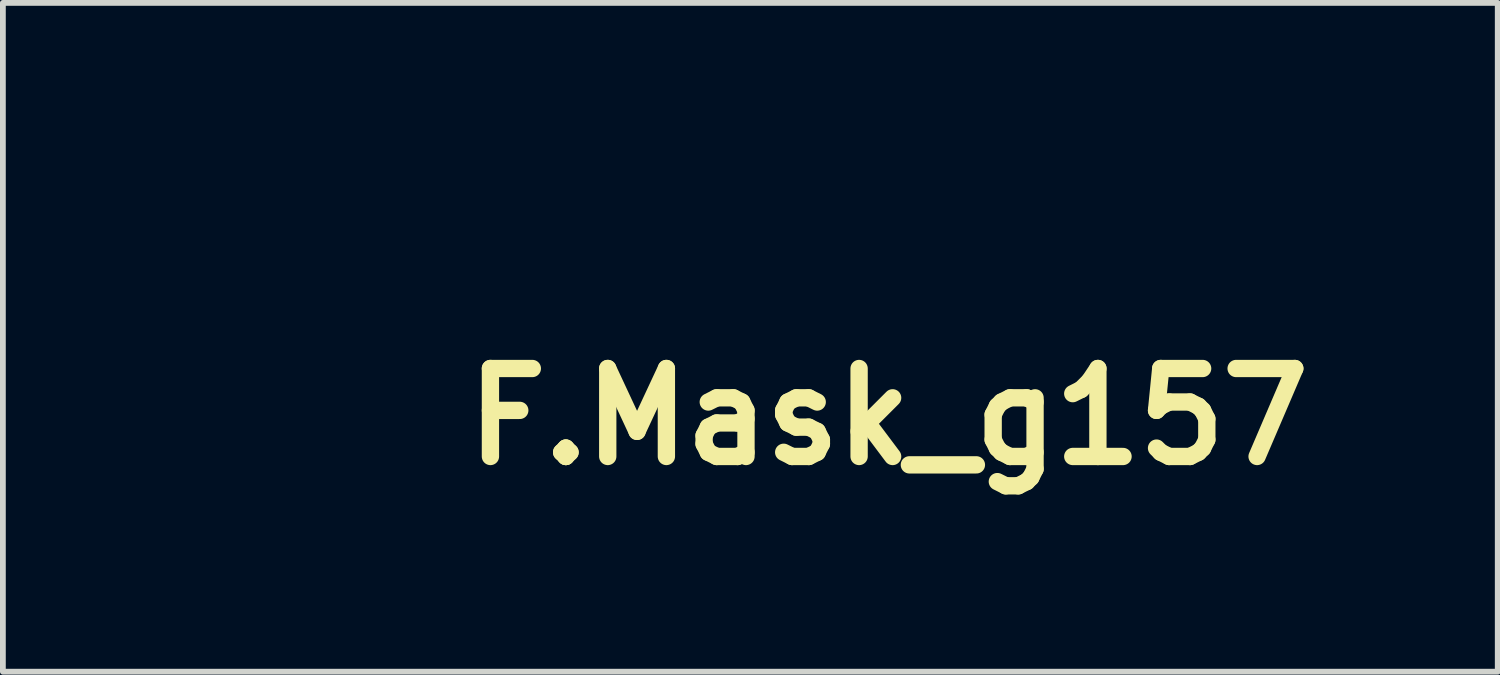
<source format=kicad_pcb>
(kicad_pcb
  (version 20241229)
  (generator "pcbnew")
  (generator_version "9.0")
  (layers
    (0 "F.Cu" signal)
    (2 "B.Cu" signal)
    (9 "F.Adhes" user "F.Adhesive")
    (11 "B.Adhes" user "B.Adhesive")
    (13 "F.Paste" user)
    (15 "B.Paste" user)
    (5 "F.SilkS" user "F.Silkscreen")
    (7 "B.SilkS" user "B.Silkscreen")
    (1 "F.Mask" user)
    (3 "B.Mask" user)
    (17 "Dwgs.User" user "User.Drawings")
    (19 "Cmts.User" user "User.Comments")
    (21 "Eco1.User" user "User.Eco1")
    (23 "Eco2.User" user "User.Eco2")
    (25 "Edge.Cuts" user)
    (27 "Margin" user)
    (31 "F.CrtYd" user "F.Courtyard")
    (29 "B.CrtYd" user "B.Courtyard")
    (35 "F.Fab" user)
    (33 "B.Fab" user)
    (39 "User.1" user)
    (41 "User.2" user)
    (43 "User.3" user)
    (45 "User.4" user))
  (footprint "F.Mask_g157"
    (layer "F.Cu")
    (at 12.34 4.168)
    (property "Reference" "F.Mask_g157" (at 0 0 0) (layer "F.SilkS") (effects (font (size 1.524 1.524) (thickness 0.3))))
    (attr through_hole)
    (fp_poly (pts (xy -6.139 -3.947) (xy -6.111 -3.887) (xy -6.105 -3.86) (xy -6.1 -3.82) (xy -6.107 -3.786) (xy -6.131 -3.749) (xy -6.178 -3.697) (xy -6.204 -3.671) (xy -6.27 -3.607) (xy -6.318 -3.572) (xy -6.361 -3.561) (xy -6.407 -3.569) (xy -6.431 -3.578) (xy -6.459 -3.593) (xy -6.47 -3.612) (xy -6.463 -3.643) (xy -6.436 -3.693) (xy -6.387 -3.769) (xy -6.371 -3.793) (xy -6.298 -3.89) (xy -6.234 -3.948) (xy -6.181 -3.967) (xy -6.139 -3.947)) (stroke (width 0.01) (type solid)) (fill yes) (layer "F.Mask"))
    (fp_poly (pts (xy 2.037 -3.945) (xy 2.06 -3.928) (xy 2.068 -3.885) (xy 2.069 -3.863) (xy 2.069 -3.815) (xy 2.057 -3.775) (xy 2.027 -3.731) (xy 1.973 -3.671) (xy 1.969 -3.667) (xy 1.905 -3.605) (xy 1.856 -3.571) (xy 1.809 -3.561) (xy 1.754 -3.57) (xy 1.752 -3.571) (xy 1.723 -3.589) (xy 1.719 -3.624) (xy 1.741 -3.682) (xy 1.791 -3.764) (xy 1.815 -3.801) (xy 1.867 -3.873) (xy 1.904 -3.917) (xy 1.935 -3.939) (xy 1.969 -3.947) (xy 1.99 -3.948) (xy 2.037 -3.945)) (stroke (width 0.01) (type solid)) (fill yes) (layer "F.Mask"))
    (fp_poly (pts (xy -6.349 -3.355) (xy -6.33 -3.32) (xy -6.338 -3.262) (xy -6.371 -3.191) (xy -6.371 -3.191) (xy -6.399 -3.134) (xy -6.413 -3.085) (xy -6.413 -3.079) (xy -6.419 -3.043) (xy -6.435 -2.976) (xy -6.458 -2.887) (xy -6.487 -2.787) (xy -6.487 -2.786) (xy -6.515 -2.689) (xy -6.536 -2.607) (xy -6.55 -2.548) (xy -6.553 -2.521) (xy -6.552 -2.521) (xy -6.551 -2.494) (xy -6.558 -2.44) (xy -6.564 -2.41) (xy -6.575 -2.345) (xy -6.568 -2.298) (xy -6.541 -2.248) (xy -6.531 -2.233) (xy -6.491 -2.165) (xy -6.48 -2.12) (xy -6.497 -2.089) (xy -6.518 -2.075) (xy -6.573 -2.054) (xy -6.608 -2.064) (xy -6.611 -2.067) (xy -6.637 -2.073) (xy -6.695 -2.079) (xy -6.774 -2.082) (xy -6.81 -2.083) (xy -6.912 -2.087) (xy -6.976 -2.099) (xy -7.004 -2.122) (xy -6.999 -2.16) (xy -6.965 -2.215) (xy -6.953 -2.232) (xy -6.917 -2.288) (xy -6.883 -2.364) (xy -6.848 -2.466) (xy -6.81 -2.598) (xy -6.768 -2.765) (xy -6.759 -2.804) (xy -6.704 -3.036) (xy -6.749 -3.066) (xy -6.787 -3.104) (xy -6.789 -3.152) (xy -6.761 -3.207) (xy -6.726 -3.24) (xy -6.665 -3.272) (xy -6.569 -3.306) (xy -6.548 -3.313) (xy -6.466 -3.336) (xy -6.399 -3.351) (xy -6.357 -3.356) (xy -6.349 -3.355)) (stroke (width 0.01) (type solid)) (fill yes) (layer "F.Mask"))
    (fp_poly (pts (xy 1.846 -3.344) (xy 1.861 -3.307) (xy 1.842 -3.245) (xy 1.822 -3.209) (xy 1.791 -3.142) (xy 1.769 -3.066) (xy 1.767 -3.059) (xy 1.753 -2.996) (xy 1.73 -2.911) (xy 1.703 -2.822) (xy 1.701 -2.815) (xy 1.672 -2.713) (xy 1.646 -2.594) (xy 1.627 -2.481) (xy 1.626 -2.472) (xy 1.616 -2.382) (xy 1.613 -2.323) (xy 1.618 -2.285) (xy 1.631 -2.255) (xy 1.649 -2.231) (xy 1.687 -2.165) (xy 1.687 -2.111) (xy 1.652 -2.075) (xy 1.613 -2.056) (xy 1.593 -2.057) (xy 1.581 -2.067) (xy 1.555 -2.073) (xy 1.497 -2.079) (xy 1.417 -2.082) (xy 1.371 -2.083) (xy 1.278 -2.085) (xy 1.219 -2.089) (xy 1.186 -2.098) (xy 1.172 -2.112) (xy 1.168 -2.124) (xy 1.176 -2.165) (xy 1.207 -2.213) (xy 1.213 -2.219) (xy 1.251 -2.267) (xy 1.284 -2.326) (xy 1.316 -2.406) (xy 1.349 -2.511) (xy 1.385 -2.648) (xy 1.398 -2.705) (xy 1.428 -2.83) (xy 1.447 -2.92) (xy 1.456 -2.982) (xy 1.456 -3.022) (xy 1.447 -3.047) (xy 1.429 -3.063) (xy 1.418 -3.069) (xy 1.383 -3.1) (xy 1.382 -3.142) (xy 1.417 -3.199) (xy 1.43 -3.215) (xy 1.504 -3.274) (xy 1.562 -3.294) (xy 1.638 -3.311) (xy 1.716 -3.334) (xy 1.72 -3.336) (xy 1.799 -3.354) (xy 1.846 -3.344)) (stroke (width 0.01) (type solid)) (fill yes) (layer "F.Mask"))
    (fp_poly (pts (xy -7.108 -3.332) (xy -7.045 -3.325) (xy -7.012 -3.316) (xy -7.011 -3.316) (xy -6.988 -3.279) (xy -6.986 -3.22) (xy -7.003 -3.153) (xy -7.035 -3.089) (xy -7.079 -3.043) (xy -7.109 -3.029) (xy -7.14 -3.038) (xy -7.183 -3.073) (xy -7.2 -3.091) (xy -7.265 -3.15) (xy -7.314 -3.179) (xy -7.359 -3.181) (xy -7.401 -3.164) (xy -7.451 -3.142) (xy -7.486 -3.133) (xy -7.486 -3.133) (xy -7.523 -3.118) (xy -7.573 -3.079) (xy -7.624 -3.03) (xy -7.664 -2.979) (xy -7.671 -2.966) (xy -7.71 -2.855) (xy -7.726 -2.728) (xy -7.72 -2.6) (xy -7.692 -2.487) (xy -7.67 -2.441) (xy -7.635 -2.388) (xy -7.598 -2.357) (xy -7.544 -2.338) (xy -7.499 -2.327) (xy -7.428 -2.315) (xy -7.379 -2.315) (xy -7.335 -2.33) (xy -7.302 -2.347) (xy -7.221 -2.384) (xy -7.162 -2.392) (xy -7.128 -2.373) (xy -7.124 -2.327) (xy -7.133 -2.297) (xy -7.172 -2.246) (xy -7.245 -2.198) (xy -7.341 -2.157) (xy -7.451 -2.126) (xy -7.565 -2.107) (xy -7.675 -2.105) (xy -7.715 -2.109) (xy -7.831 -2.139) (xy -7.916 -2.192) (xy -7.973 -2.273) (xy -8.003 -2.384) (xy -8.011 -2.508) (xy -7.989 -2.673) (xy -7.931 -2.835) (xy -7.838 -2.987) (xy -7.717 -3.121) (xy -7.648 -3.178) (xy -7.517 -3.262) (xy -7.391 -3.313) (xy -7.26 -3.335) (xy -7.186 -3.336) (xy -7.108 -3.332)) (stroke (width 0.01) (type solid)) (fill yes) (layer "F.Mask"))
    (fp_poly (pts (xy 3.931 -3.362) (xy 3.987 -3.335) (xy 4.045 -3.297) (xy 4.087 -3.263) (xy 4.1 -3.246) (xy 4.098 -3.21) (xy 4.081 -3.151) (xy 4.054 -3.084) (xy 4.024 -3.022) (xy 3.996 -2.979) (xy 3.983 -2.968) (xy 3.949 -2.973) (xy 3.929 -3.007) (xy 3.928 -3.057) (xy 3.929 -3.061) (xy 3.923 -3.112) (xy 3.881 -3.172) (xy 3.83 -3.215) (xy 3.773 -3.237) (xy 3.694 -3.242) (xy 3.665 -3.241) (xy 3.621 -3.224) (xy 3.567 -3.186) (xy 3.516 -3.138) (xy 3.48 -3.09) (xy 3.471 -3.063) (xy 3.488 -3.036) (xy 3.531 -2.995) (xy 3.593 -2.945) (xy 3.614 -2.93) (xy 3.748 -2.826) (xy 3.842 -2.728) (xy 3.899 -2.634) (xy 3.92 -2.543) (xy 3.92 -2.525) (xy 3.904 -2.448) (xy 3.865 -2.357) (xy 3.813 -2.268) (xy 3.754 -2.197) (xy 3.753 -2.196) (xy 3.673 -2.146) (xy 3.563 -2.113) (xy 3.431 -2.099) (xy 3.285 -2.105) (xy 3.196 -2.119) (xy 3.106 -2.151) (xy 3.052 -2.204) (xy 3.034 -2.279) (xy 3.053 -2.373) (xy 3.082 -2.439) (xy 3.119 -2.485) (xy 3.154 -2.494) (xy 3.181 -2.471) (xy 3.19 -2.421) (xy 3.184 -2.381) (xy 3.186 -2.321) (xy 3.226 -2.277) (xy 3.3 -2.251) (xy 3.381 -2.244) (xy 3.492 -2.256) (xy 3.576 -2.29) (xy 3.631 -2.34) (xy 3.656 -2.4) (xy 3.646 -2.465) (xy 3.601 -2.529) (xy 3.53 -2.579) (xy 3.405 -2.663) (xy 3.317 -2.758) (xy 3.269 -2.863) (xy 3.26 -2.938) (xy 3.278 -3.077) (xy 3.331 -3.193) (xy 3.419 -3.285) (xy 3.512 -3.339) (xy 3.658 -3.386) (xy 3.799 -3.394) (xy 3.931 -3.362)) (stroke (width 0.01) (type solid)) (fill yes) (layer "F.Mask"))
    (fp_poly (pts (xy 2.69 -3.383) (xy 2.788 -3.37) (xy 2.871 -3.346) (xy 2.931 -3.312) (xy 2.959 -3.271) (xy 2.959 -3.27) (xy 2.973 -3.223) (xy 2.997 -3.163) (xy 3.002 -3.154) (xy 3.035 -3.036) (xy 3.032 -2.898) (xy 2.994 -2.742) (xy 2.957 -2.646) (xy 2.865 -2.472) (xy 2.758 -2.329) (xy 2.638 -2.22) (xy 2.507 -2.146) (xy 2.37 -2.112) (xy 2.36 -2.111) (xy 2.278 -2.108) (xy 2.202 -2.11) (xy 2.165 -2.115) (xy 2.096 -2.143) (xy 2.021 -2.199) (xy 1.953 -2.27) (xy 1.902 -2.345) (xy 1.886 -2.386) (xy 1.875 -2.478) (xy 1.882 -2.593) (xy 1.894 -2.663) (xy 2.095 -2.663) (xy 2.124 -2.557) (xy 2.181 -2.457) (xy 2.24 -2.379) (xy 2.29 -2.334) (xy 2.329 -2.318) (xy 2.378 -2.301) (xy 2.404 -2.283) (xy 2.434 -2.271) (xy 2.486 -2.279) (xy 2.548 -2.303) (xy 2.579 -2.321) (xy 2.634 -2.378) (xy 2.68 -2.467) (xy 2.713 -2.577) (xy 2.728 -2.697) (xy 2.729 -2.736) (xy 2.725 -2.838) (xy 2.714 -2.944) (xy 2.698 -3.044) (xy 2.68 -3.13) (xy 2.66 -3.194) (xy 2.64 -3.227) (xy 2.634 -3.229) (xy 2.601 -3.235) (xy 2.548 -3.246) (xy 2.545 -3.247) (xy 2.468 -3.244) (xy 2.385 -3.204) (xy 2.302 -3.131) (xy 2.222 -3.029) (xy 2.15 -2.9) (xy 2.148 -2.895) (xy 2.104 -2.772) (xy 2.095 -2.663) (xy 1.894 -2.663) (xy 1.903 -2.714) (xy 1.938 -2.826) (xy 1.954 -2.864) (xy 1.988 -2.939) (xy 2.019 -3.009) (xy 2.032 -3.041) (xy 2.065 -3.092) (xy 2.125 -3.154) (xy 2.203 -3.221) (xy 2.29 -3.283) (xy 2.375 -3.333) (xy 2.402 -3.346) (xy 2.488 -3.373) (xy 2.587 -3.384) (xy 2.69 -3.383)) (stroke (width 0.01) (type solid)) (fill yes) (layer "F.Mask"))
    (fp_poly (pts (xy -11.544 -3.385) (xy -11.419 -3.35) (xy -11.392 -3.337) (xy -11.33 -3.301) (xy -11.285 -3.269) (xy -11.269 -3.251) (xy -11.27 -3.212) (xy -11.288 -3.153) (xy -11.318 -3.087) (xy -11.353 -3.025) (xy -11.387 -2.98) (xy -11.412 -2.963) (xy -11.438 -2.972) (xy -11.45 -3.006) (xy -11.451 -3.046) (xy -11.461 -3.116) (xy -11.487 -3.172) (xy -11.488 -3.174) (xy -11.549 -3.218) (xy -11.629 -3.241) (xy -11.712 -3.237) (xy -11.741 -3.228) (xy -11.8 -3.191) (xy -11.853 -3.138) (xy -11.887 -3.083) (xy -11.895 -3.05) (xy -11.878 -3.024) (xy -11.833 -2.983) (xy -11.769 -2.933) (xy -11.739 -2.913) (xy -11.617 -2.818) (xy -11.525 -2.718) (xy -11.469 -2.619) (xy -11.459 -2.587) (xy -11.456 -2.506) (xy -11.482 -2.41) (xy -11.529 -2.313) (xy -11.591 -2.226) (xy -11.663 -2.162) (xy -11.675 -2.155) (xy -11.735 -2.133) (xy -11.825 -2.117) (xy -11.93 -2.107) (xy -12.037 -2.104) (xy -12.133 -2.11) (xy -12.184 -2.118) (xy -12.27 -2.149) (xy -12.319 -2.195) (xy -12.335 -2.262) (xy -12.331 -2.316) (xy -12.312 -2.39) (xy -12.283 -2.449) (xy -12.25 -2.486) (xy -12.219 -2.49) (xy -12.217 -2.489) (xy -12.201 -2.46) (xy -12.192 -2.406) (xy -12.192 -2.392) (xy -12.179 -2.319) (xy -12.136 -2.271) (xy -12.062 -2.248) (xy -11.996 -2.244) (xy -11.877 -2.256) (xy -11.79 -2.289) (xy -11.737 -2.339) (xy -11.72 -2.401) (xy -11.74 -2.471) (xy -11.8 -2.543) (xy -11.869 -2.595) (xy -11.956 -2.661) (xy -12.033 -2.738) (xy -12.09 -2.816) (xy -12.118 -2.881) (xy -12.12 -2.951) (xy -12.102 -3.04) (xy -12.071 -3.131) (xy -12.03 -3.21) (xy -12.012 -3.234) (xy -11.921 -3.312) (xy -11.806 -3.364) (xy -11.676 -3.389) (xy -11.544 -3.385)) (stroke (width 0.01) (type solid)) (fill yes) (layer "F.Mask"))
    (fp_poly (pts (xy -0.356 -3.386) (xy -0.26 -3.371) (xy -0.177 -3.347) (xy -0.116 -3.317) (xy -0.086 -3.282) (xy -0.085 -3.272) (xy -0.077 -3.238) (xy -0.056 -3.18) (xy -0.04 -3.142) (xy -0.008 -3.034) (xy -0.007 -2.914) (xy -0.036 -2.777) (xy -0.087 -2.637) (xy -0.16 -2.496) (xy -0.256 -2.364) (xy -0.364 -2.252) (xy -0.474 -2.171) (xy -0.56 -2.137) (xy -0.671 -2.114) (xy -0.788 -2.106) (xy -0.877 -2.112) (xy -0.93 -2.134) (xy -0.995 -2.181) (xy -1.06 -2.242) (xy -1.116 -2.308) (xy -1.151 -2.367) (xy -1.155 -2.38) (xy -1.161 -2.43) (xy -1.162 -2.506) (xy -1.159 -2.589) (xy -1.152 -2.63) (xy -0.951 -2.63) (xy -0.944 -2.582) (xy -0.921 -2.541) (xy -0.9 -2.516) (xy -0.859 -2.46) (xy -0.828 -2.408) (xy -0.824 -2.398) (xy -0.791 -2.355) (xy -0.747 -2.328) (xy -0.692 -2.305) (xy -0.656 -2.286) (xy -0.604 -2.273) (xy -0.537 -2.283) (xy -0.474 -2.311) (xy -0.459 -2.323) (xy -0.428 -2.362) (xy -0.39 -2.424) (xy -0.358 -2.489) (xy -0.332 -2.549) (xy -0.316 -2.597) (xy -0.308 -2.647) (xy -0.307 -2.71) (xy -0.312 -2.799) (xy -0.315 -2.838) (xy -0.324 -2.935) (xy -0.336 -3.02) (xy -0.348 -3.082) (xy -0.356 -3.105) (xy -0.376 -3.158) (xy -0.381 -3.192) (xy -0.39 -3.22) (xy -0.424 -3.238) (xy -0.475 -3.248) (xy -0.541 -3.253) (xy -0.593 -3.244) (xy -0.644 -3.215) (xy -0.702 -3.16) (xy -0.747 -3.112) (xy -0.852 -2.974) (xy -0.917 -2.836) (xy -0.946 -2.701) (xy -0.951 -2.63) (xy -1.152 -2.63) (xy -1.13 -2.756) (xy -1.069 -2.918) (xy -0.983 -3.066) (xy -0.878 -3.186) (xy -0.853 -3.208) (xy -0.732 -3.297) (xy -0.622 -3.354) (xy -0.513 -3.383) (xy -0.455 -3.388) (xy -0.356 -3.386)) (stroke (width 0.01) (type solid)) (fill yes) (layer "F.Mask"))
    (fp_poly (pts (xy -8.2 -3.332) (xy -8.145 -3.324) (xy -8.106 -3.307) (xy -8.079 -3.284) (xy -8.03 -3.213) (xy -8.009 -3.127) (xy -8.02 -3.044) (xy -8.02 -3.043) (xy -8.05 -3.003) (xy -8.106 -2.957) (xy -8.173 -2.915) (xy -8.236 -2.886) (xy -8.274 -2.878) (xy -8.317 -2.865) (xy -8.348 -2.847) (xy -8.388 -2.825) (xy -8.455 -2.797) (xy -8.528 -2.771) (xy -8.614 -2.741) (xy -8.67 -2.714) (xy -8.704 -2.682) (xy -8.727 -2.638) (xy -8.739 -2.606) (xy -8.751 -2.547) (xy -8.739 -2.496) (xy -8.726 -2.469) (xy -8.668 -2.38) (xy -8.608 -2.325) (xy -8.538 -2.302) (xy -8.449 -2.306) (xy -8.344 -2.332) (xy -8.264 -2.354) (xy -8.214 -2.365) (xy -8.184 -2.363) (xy -8.162 -2.35) (xy -8.155 -2.343) (xy -8.136 -2.313) (xy -8.145 -2.282) (xy -8.184 -2.247) (xy -8.258 -2.204) (xy -8.303 -2.181) (xy -8.371 -2.149) (xy -8.429 -2.13) (xy -8.49 -2.123) (xy -8.567 -2.125) (xy -8.673 -2.136) (xy -8.678 -2.136) (xy -8.807 -2.168) (xy -8.911 -2.229) (xy -8.987 -2.314) (xy -9.03 -2.419) (xy -9.038 -2.495) (xy -9.025 -2.604) (xy -8.992 -2.728) (xy -8.942 -2.857) (xy -8.931 -2.879) (xy -8.678 -2.879) (xy -8.661 -2.86) (xy -8.615 -2.859) (xy -8.548 -2.874) (xy -8.469 -2.904) (xy -8.432 -2.923) (xy -8.362 -2.961) (xy -8.303 -2.998) (xy -8.272 -3.02) (xy -8.252 -3.043) (xy -8.253 -3.067) (xy -8.278 -3.105) (xy -8.293 -3.124) (xy -8.357 -3.183) (xy -8.424 -3.198) (xy -8.493 -3.172) (xy -8.552 -3.118) (xy -8.603 -3.05) (xy -8.646 -2.976) (xy -8.673 -2.91) (xy -8.678 -2.879) (xy -8.931 -2.879) (xy -8.881 -2.98) (xy -8.814 -3.087) (xy -8.745 -3.167) (xy -8.713 -3.193) (xy -8.588 -3.267) (xy -8.473 -3.311) (xy -8.352 -3.331) (xy -8.284 -3.334) (xy -8.2 -3.332)) (stroke (width 0.01) (type solid)) (fill yes) (layer "F.Mask"))
    (fp_poly (pts (xy -10.404 -3.333) (xy -10.329 -3.309) (xy -10.262 -3.251) (xy -10.224 -3.17) (xy -10.22 -3.076) (xy -10.222 -3.062) (xy -10.246 -3.008) (xy -10.299 -2.96) (xy -10.33 -2.94) (xy -10.393 -2.906) (xy -10.447 -2.884) (xy -10.467 -2.88) (xy -10.518 -2.865) (xy -10.549 -2.847) (xy -10.59 -2.825) (xy -10.656 -2.797) (xy -10.729 -2.771) (xy -10.826 -2.736) (xy -10.89 -2.702) (xy -10.927 -2.664) (xy -10.945 -2.616) (xy -10.949 -2.598) (xy -10.948 -2.543) (xy -10.935 -2.481) (xy -10.915 -2.427) (xy -10.891 -2.395) (xy -10.882 -2.392) (xy -10.862 -2.374) (xy -10.853 -2.353) (xy -10.824 -2.317) (xy -10.764 -2.3) (xy -10.681 -2.301) (xy -10.584 -2.322) (xy -10.56 -2.329) (xy -10.475 -2.356) (xy -10.419 -2.368) (xy -10.383 -2.365) (xy -10.358 -2.347) (xy -10.351 -2.339) (xy -10.337 -2.309) (xy -10.35 -2.277) (xy -10.395 -2.241) (xy -10.474 -2.196) (xy -10.504 -2.181) (xy -10.571 -2.15) (xy -10.628 -2.131) (xy -10.688 -2.123) (xy -10.763 -2.125) (xy -10.866 -2.134) (xy -10.881 -2.136) (xy -11.013 -2.168) (xy -11.12 -2.231) (xy -11.197 -2.324) (xy -11.217 -2.362) (xy -11.239 -2.416) (xy -11.249 -2.459) (xy -11.248 -2.508) (xy -11.236 -2.578) (xy -11.229 -2.611) (xy -11.195 -2.733) (xy -11.144 -2.862) (xy -11.13 -2.89) (xy -10.88 -2.89) (xy -10.863 -2.864) (xy -10.816 -2.859) (xy -10.747 -2.874) (xy -10.66 -2.909) (xy -10.633 -2.923) (xy -10.563 -2.962) (xy -10.504 -2.998) (xy -10.473 -3.021) (xy -10.452 -3.044) (xy -10.453 -3.067) (xy -10.478 -3.104) (xy -10.494 -3.123) (xy -10.561 -3.18) (xy -10.632 -3.196) (xy -10.704 -3.169) (xy -10.741 -3.138) (xy -10.79 -3.079) (xy -10.835 -3.008) (xy -10.868 -2.94) (xy -10.88 -2.89) (xy -11.13 -2.89) (xy -11.082 -2.986) (xy -11.016 -3.09) (xy -10.966 -3.15) (xy -10.873 -3.223) (xy -10.759 -3.281) (xy -10.636 -3.32) (xy -10.514 -3.338) (xy -10.404 -3.333)) (stroke (width 0.01) (type solid)) (fill yes) (layer "F.Mask"))
    (fp_poly (pts (xy -8.829 -4.157) (xy -8.811 -4.142) (xy -8.794 -4.122) (xy -8.788 -4.098) (xy -8.793 -4.06) (xy -8.811 -3.999) (xy -8.831 -3.942) (xy -8.86 -3.852) (xy -8.884 -3.766) (xy -8.899 -3.7) (xy -8.9 -3.694) (xy -8.911 -3.643) (xy -8.933 -3.562) (xy -8.961 -3.46) (xy -8.995 -3.348) (xy -9.006 -3.313) (xy -9.043 -3.192) (xy -9.078 -3.072) (xy -9.108 -2.964) (xy -9.129 -2.881) (xy -9.132 -2.868) (xy -9.154 -2.772) (xy -9.179 -2.672) (xy -9.197 -2.604) (xy -9.215 -2.525) (xy -9.227 -2.452) (xy -9.229 -2.419) (xy -9.224 -2.372) (xy -9.206 -2.355) (xy -9.181 -2.355) (xy -9.148 -2.353) (xy -9.138 -2.328) (xy -9.14 -2.297) (xy -9.165 -2.222) (xy -9.226 -2.165) (xy -9.323 -2.123) (xy -9.371 -2.11) (xy -9.441 -2.096) (xy -9.492 -2.09) (xy -9.514 -2.091) (xy -9.522 -2.119) (xy -9.525 -2.161) (xy -9.531 -2.211) (xy -9.553 -2.23) (xy -9.599 -2.221) (xy -9.643 -2.201) (xy -9.707 -2.179) (xy -9.794 -2.16) (xy -9.886 -2.147) (xy -9.887 -2.147) (xy -9.975 -2.141) (xy -10.038 -2.148) (xy -10.086 -2.173) (xy -10.13 -2.221) (xy -10.18 -2.3) (xy -10.194 -2.324) (xy -10.248 -2.416) (xy -10.215 -2.613) (xy -10.194 -2.72) (xy -9.956 -2.72) (xy -9.952 -2.594) (xy -9.941 -2.502) (xy -9.921 -2.436) (xy -9.889 -2.389) (xy -9.842 -2.353) (xy -9.838 -2.35) (xy -9.758 -2.314) (xy -9.68 -2.312) (xy -9.6 -2.337) (xy -9.567 -2.353) (xy -9.542 -2.375) (xy -9.521 -2.41) (xy -9.499 -2.468) (xy -9.471 -2.556) (xy -9.462 -2.586) (xy -9.432 -2.683) (xy -9.405 -2.771) (xy -9.385 -2.838) (xy -9.376 -2.866) (xy -9.363 -2.925) (xy -9.356 -3.002) (xy -9.356 -3.029) (xy -9.359 -3.093) (xy -9.372 -3.13) (xy -9.403 -3.156) (xy -9.42 -3.165) (xy -9.493 -3.185) (xy -9.588 -3.187) (xy -9.687 -3.172) (xy -9.775 -3.142) (xy -9.805 -3.124) (xy -9.871 -3.071) (xy -9.916 -3.008) (xy -9.943 -2.928) (xy -9.955 -2.822) (xy -9.956 -2.72) (xy -10.194 -2.72) (xy -10.189 -2.749) (xy -10.16 -2.855) (xy -10.122 -2.944) (xy -10.069 -3.026) (xy -9.995 -3.114) (xy -9.923 -3.191) (xy -9.816 -3.302) (xy -9.622 -3.302) (xy -9.511 -3.299) (xy -9.434 -3.29) (xy -9.388 -3.273) (xy -9.383 -3.27) (xy -9.329 -3.247) (xy -9.288 -3.263) (xy -9.262 -3.319) (xy -9.251 -3.414) (xy -9.25 -3.443) (xy -9.243 -3.509) (xy -9.224 -3.602) (xy -9.196 -3.706) (xy -9.164 -3.808) (xy -9.151 -3.844) (xy -9.16 -3.873) (xy -9.195 -3.894) (xy -9.239 -3.924) (xy -9.248 -3.962) (xy -9.223 -3.993) (xy -9.193 -4.01) (xy -9.135 -4.04) (xy -9.059 -4.078) (xy -9.022 -4.095) (xy -8.939 -4.134) (xy -8.885 -4.156) (xy -8.851 -4.163) (xy -8.829 -4.157)) (stroke (width 0.01) (type solid)) (fill yes) (layer "F.Mask"))
    (fp_poly (pts (xy 1.416 -4.157) (xy 1.433 -4.143) (xy 1.448 -4.124) (xy 1.455 -4.1) (xy 1.45 -4.061) (xy 1.435 -4) (xy 1.412 -3.922) (xy 1.386 -3.829) (xy 1.362 -3.743) (xy 1.346 -3.678) (xy 1.343 -3.662) (xy 1.332 -3.615) (xy 1.311 -3.537) (xy 1.282 -3.439) (xy 1.249 -3.328) (xy 1.238 -3.291) (xy 1.203 -3.175) (xy 1.171 -3.061) (xy 1.144 -2.963) (xy 1.126 -2.891) (xy 1.123 -2.879) (xy 1.103 -2.792) (xy 1.076 -2.692) (xy 1.057 -2.628) (xy 1.035 -2.545) (xy 1.02 -2.468) (xy 1.016 -2.422) (xy 1.02 -2.373) (xy 1.037 -2.355) (xy 1.064 -2.355) (xy 1.104 -2.345) (xy 1.118 -2.311) (xy 1.105 -2.26) (xy 1.07 -2.206) (xy 0.999 -2.149) (xy 0.915 -2.12) (xy 0.848 -2.104) (xy 0.796 -2.09) (xy 0.782 -2.086) (xy 0.746 -2.082) (xy 0.734 -2.088) (xy 0.724 -2.117) (xy 0.72 -2.169) (xy 0.72 -2.173) (xy 0.717 -2.22) (xy 0.703 -2.239) (xy 0.67 -2.233) (xy 0.608 -2.204) (xy 0.607 -2.203) (xy 0.545 -2.181) (xy 0.459 -2.161) (xy 0.367 -2.147) (xy 0.365 -2.147) (xy 0.203 -2.132) (xy 0.135 -2.211) (xy 0.072 -2.289) (xy 0.034 -2.355) (xy 0.017 -2.423) (xy 0.018 -2.506) (xy 0.033 -2.616) (xy 0.033 -2.616) (xy 0.059 -2.748) (xy 0.066 -2.776) (xy 0.283 -2.776) (xy 0.294 -2.607) (xy 0.296 -2.596) (xy 0.309 -2.507) (xy 0.322 -2.449) (xy 0.339 -2.411) (xy 0.365 -2.384) (xy 0.399 -2.359) (xy 0.483 -2.317) (xy 0.564 -2.312) (xy 0.655 -2.344) (xy 0.655 -2.344) (xy 0.683 -2.36) (xy 0.706 -2.381) (xy 0.726 -2.412) (xy 0.747 -2.46) (xy 0.772 -2.533) (xy 0.804 -2.637) (xy 0.819 -2.688) (xy 0.856 -2.816) (xy 0.881 -2.91) (xy 0.895 -2.979) (xy 0.899 -3.029) (xy 0.894 -3.068) (xy 0.894 -3.069) (xy 0.865 -3.136) (xy 0.812 -3.175) (xy 0.731 -3.188) (xy 0.656 -3.184) (xy 0.521 -3.155) (xy 0.416 -3.101) (xy 0.343 -3.021) (xy 0.298 -2.913) (xy 0.283 -2.776) (xy 0.066 -2.776) (xy 0.087 -2.851) (xy 0.123 -2.935) (xy 0.174 -3.013) (xy 0.245 -3.098) (xy 0.282 -3.139) (xy 0.435 -3.303) (xy 0.625 -3.3) (xy 0.741 -3.295) (xy 0.823 -3.283) (xy 0.875 -3.263) (xy 0.917 -3.241) (xy 0.942 -3.243) (xy 0.965 -3.269) (xy 0.983 -3.315) (xy 0.994 -3.381) (xy 0.995 -3.411) (xy 1.002 -3.481) (xy 1.019 -3.573) (xy 1.044 -3.667) (xy 1.047 -3.677) (xy 1.072 -3.755) (xy 1.09 -3.818) (xy 1.1 -3.854) (xy 1.1 -3.858) (xy 1.083 -3.877) (xy 1.048 -3.895) (xy 1.005 -3.925) (xy 0.997 -3.963) (xy 1.021 -3.993) (xy 1.051 -4.01) (xy 1.11 -4.04) (xy 1.185 -4.078) (xy 1.223 -4.095) (xy 1.306 -4.134) (xy 1.36 -4.156) (xy 1.394 -4.163) (xy 1.416 -4.157)) (stroke (width 0.01) (type solid)) (fill yes) (layer "F.Mask"))
    (fp_poly (pts (xy -5.166 -3.372) (xy -5.119 -3.335) (xy -5.066 -3.284) (xy -5.018 -3.231) (xy -4.993 -3.198) (xy -4.96 -3.146) (xy -4.888 -3.2) (xy -4.769 -3.281) (xy -4.669 -3.333) (xy -4.578 -3.36) (xy -4.511 -3.365) (xy -4.404 -3.354) (xy -4.317 -3.321) (xy -4.261 -3.27) (xy -4.255 -3.261) (xy -4.238 -3.214) (xy -4.236 -3.155) (xy -4.248 -3.077) (xy -4.276 -2.972) (xy -4.295 -2.913) (xy -4.326 -2.804) (xy -4.357 -2.674) (xy -4.384 -2.544) (xy -4.394 -2.489) (xy -4.41 -2.388) (xy -4.418 -2.321) (xy -4.42 -2.279) (xy -4.415 -2.254) (xy -4.402 -2.238) (xy -4.393 -2.231) (xy -4.354 -2.206) (xy -4.335 -2.196) (xy -4.323 -2.176) (xy -4.336 -2.144) (xy -4.366 -2.115) (xy -4.386 -2.105) (xy -4.437 -2.096) (xy -4.513 -2.092) (xy -4.604 -2.092) (xy -4.695 -2.095) (xy -4.775 -2.101) (xy -4.831 -2.111) (xy -4.845 -2.116) (xy -4.884 -2.151) (xy -4.881 -2.189) (xy -4.838 -2.227) (xy -4.83 -2.231) (xy -4.778 -2.264) (xy -4.736 -2.306) (xy -4.701 -2.366) (xy -4.668 -2.451) (xy -4.633 -2.568) (xy -4.624 -2.603) (xy -4.6 -2.689) (xy -4.57 -2.789) (xy -4.547 -2.86) (xy -4.502 -3.001) (xy -4.547 -3.064) (xy -4.597 -3.116) (xy -4.656 -3.153) (xy -4.657 -3.154) (xy -4.7 -3.168) (xy -4.741 -3.166) (xy -4.795 -3.148) (xy -4.832 -3.132) (xy -4.899 -3.099) (xy -4.952 -3.07) (xy -4.973 -3.055) (xy -4.991 -3.023) (xy -5.015 -2.961) (xy -5.04 -2.88) (xy -5.05 -2.842) (xy -5.079 -2.731) (xy -5.11 -2.609) (xy -5.139 -2.5) (xy -5.142 -2.489) (xy -5.168 -2.386) (xy -5.181 -2.317) (xy -5.182 -2.273) (xy -5.171 -2.248) (xy -5.147 -2.234) (xy -5.144 -2.233) (xy -5.108 -2.209) (xy -5.109 -2.169) (xy -5.134 -2.127) (xy -5.155 -2.107) (xy -5.184 -2.095) (xy -5.232 -2.09) (xy -5.308 -2.09) (xy -5.347 -2.091) (xy -5.476 -2.1) (xy -5.565 -2.115) (xy -5.615 -2.138) (xy -5.627 -2.17) (xy -5.602 -2.213) (xy -5.547 -2.264) (xy -5.472 -2.344) (xy -5.42 -2.447) (xy -5.387 -2.546) (xy -5.356 -2.663) (xy -5.329 -2.784) (xy -5.309 -2.899) (xy -5.297 -2.995) (xy -5.296 -3.054) (xy -5.303 -3.11) (xy -5.318 -3.138) (xy -5.354 -3.148) (xy -5.371 -3.15) (xy -5.45 -3.147) (xy -5.536 -3.129) (xy -5.618 -3.099) (xy -5.679 -3.063) (xy -5.7 -3.041) (xy -5.725 -2.992) (xy -5.752 -2.922) (xy -5.766 -2.88) (xy -5.789 -2.811) (xy -5.811 -2.758) (xy -5.823 -2.739) (xy -5.837 -2.705) (xy -5.855 -2.641) (xy -5.873 -2.56) (xy -5.889 -2.472) (xy -5.9 -2.391) (xy -5.905 -2.328) (xy -5.905 -2.326) (xy -5.894 -2.274) (xy -5.874 -2.244) (xy -5.843 -2.199) (xy -5.852 -2.153) (xy -5.898 -2.113) (xy -5.915 -2.105) (xy -5.984 -2.081) (xy -6.032 -2.077) (xy -6.073 -2.095) (xy -6.075 -2.096) (xy -6.114 -2.107) (xy -6.176 -2.108) (xy -6.203 -2.105) (xy -6.283 -2.104) (xy -6.33 -2.124) (xy -6.342 -2.164) (xy -6.33 -2.2) (xy -6.303 -2.234) (xy -6.285 -2.244) (xy -6.259 -2.262) (xy -6.223 -2.309) (xy -6.183 -2.377) (xy -6.145 -2.453) (xy -6.114 -2.53) (xy -6.105 -2.561) (xy -6.081 -2.642) (xy -6.055 -2.719) (xy -6.043 -2.752) (xy -6.024 -2.816) (xy -6.007 -2.899) (xy -6 -2.95) (xy -5.994 -3.022) (xy -5.998 -3.067) (xy -6.015 -3.098) (xy -6.032 -3.116) (xy -6.078 -3.159) (xy -6.023 -3.216) (xy -5.955 -3.272) (xy -5.872 -3.321) (xy -5.788 -3.354) (xy -5.726 -3.365) (xy -5.688 -3.362) (xy -5.675 -3.343) (xy -5.681 -3.297) (xy -5.682 -3.293) (xy -5.686 -3.242) (xy -5.678 -3.21) (xy -5.676 -3.209) (xy -5.65 -3.212) (xy -5.594 -3.23) (xy -5.517 -3.259) (xy -5.439 -3.292) (xy -5.35 -3.33) (xy -5.273 -3.361) (xy -5.219 -3.381) (xy -5.197 -3.387) (xy -5.166 -3.372)) (stroke (width 0.01) (type solid)) (fill yes) (layer "F.Mask"))
    (fp_poly (pts (xy -2.092 -3.372) (xy -2.044 -3.333) (xy -1.99 -3.28) (xy -1.942 -3.223) (xy -1.924 -3.198) (xy -1.891 -3.146) (xy -1.819 -3.201) (xy -1.678 -3.291) (xy -1.544 -3.347) (xy -1.419 -3.367) (xy -1.307 -3.35) (xy -1.27 -3.334) (xy -1.214 -3.296) (xy -1.18 -3.25) (xy -1.167 -3.188) (xy -1.174 -3.105) (xy -1.201 -2.993) (xy -1.226 -2.913) (xy -1.257 -2.804) (xy -1.288 -2.674) (xy -1.314 -2.544) (xy -1.323 -2.489) (xy -1.339 -2.387) (xy -1.347 -2.319) (xy -1.349 -2.277) (xy -1.343 -2.252) (xy -1.33 -2.236) (xy -1.322 -2.23) (xy -1.283 -2.205) (xy -1.264 -2.196) (xy -1.255 -2.174) (xy -1.266 -2.145) (xy -1.289 -2.119) (xy -1.329 -2.103) (xy -1.399 -2.093) (xy -1.423 -2.091) (xy -1.558 -2.086) (xy -1.67 -2.095) (xy -1.754 -2.116) (xy -1.806 -2.148) (xy -1.82 -2.182) (xy -1.804 -2.2) (xy -1.762 -2.231) (xy -1.727 -2.254) (xy -1.671 -2.296) (xy -1.633 -2.339) (xy -1.623 -2.358) (xy -1.609 -2.411) (xy -1.591 -2.466) (xy -1.574 -2.522) (xy -1.551 -2.598) (xy -1.536 -2.656) (xy -1.51 -2.748) (xy -1.482 -2.844) (xy -1.467 -2.892) (xy -1.448 -2.956) (xy -1.443 -2.996) (xy -1.455 -3.029) (xy -1.478 -3.064) (xy -1.528 -3.116) (xy -1.587 -3.154) (xy -1.589 -3.155) (xy -1.628 -3.167) (xy -1.663 -3.168) (xy -1.709 -3.153) (xy -1.778 -3.121) (xy -1.79 -3.116) (xy -1.862 -3.078) (xy -1.905 -3.047) (xy -1.929 -3.013) (xy -1.945 -2.966) (xy -1.947 -2.959) (xy -1.963 -2.9) (xy -1.986 -2.813) (xy -2.014 -2.713) (xy -2.032 -2.646) (xy -2.059 -2.544) (xy -2.083 -2.448) (xy -2.101 -2.371) (xy -2.108 -2.336) (xy -2.114 -2.279) (xy -2.106 -2.25) (xy -2.079 -2.235) (xy -2.077 -2.234) (xy -2.038 -2.208) (xy -2.038 -2.167) (xy -2.061 -2.127) (xy -2.081 -2.107) (xy -2.111 -2.096) (xy -2.16 -2.091) (xy -2.239 -2.091) (xy -2.275 -2.092) (xy -2.407 -2.1) (xy -2.498 -2.116) (xy -2.549 -2.138) (xy -2.561 -2.161) (xy -2.547 -2.188) (xy -2.51 -2.231) (xy -2.479 -2.262) (xy -2.429 -2.313) (xy -2.389 -2.366) (xy -2.354 -2.43) (xy -2.324 -2.51) (xy -2.294 -2.613) (xy -2.263 -2.746) (xy -2.235 -2.883) (xy -2.216 -3.001) (xy -2.219 -3.084) (xy -2.246 -3.134) (xy -2.3 -3.155) (xy -2.385 -3.149) (xy -2.494 -3.121) (xy -2.564 -3.096) (xy -2.608 -3.064) (xy -2.641 -3.015) (xy -2.646 -3.006) (xy -2.672 -2.948) (xy -2.687 -2.904) (xy -2.688 -2.894) (xy -2.697 -2.86) (xy -2.719 -2.804) (xy -2.739 -2.761) (xy -2.772 -2.68) (xy -2.797 -2.595) (xy -2.803 -2.561) (xy -2.82 -2.446) (xy -2.829 -2.365) (xy -2.832 -2.311) (xy -2.828 -2.278) (xy -2.818 -2.257) (xy -2.807 -2.246) (xy -2.777 -2.199) (xy -2.779 -2.149) (xy -2.799 -2.121) (xy -2.847 -2.099) (xy -2.911 -2.086) (xy -2.972 -2.085) (xy -3.006 -2.095) (xy -3.046 -2.107) (xy -3.109 -2.107) (xy -3.134 -2.105) (xy -3.214 -2.104) (xy -3.261 -2.124) (xy -3.273 -2.164) (xy -3.26 -2.2) (xy -3.234 -2.234) (xy -3.216 -2.244) (xy -3.19 -2.262) (xy -3.154 -2.309) (xy -3.114 -2.377) (xy -3.076 -2.453) (xy -3.045 -2.53) (xy -3.035 -2.561) (xy -3.011 -2.642) (xy -2.986 -2.719) (xy -2.974 -2.752) (xy -2.955 -2.814) (xy -2.939 -2.897) (xy -2.931 -2.958) (xy -2.925 -3.033) (xy -2.927 -3.076) (xy -2.94 -3.097) (xy -2.951 -3.103) (xy -2.979 -3.133) (xy -2.985 -3.155) (xy -2.966 -3.196) (xy -2.918 -3.243) (xy -2.852 -3.291) (xy -2.776 -3.331) (xy -2.703 -3.358) (xy -2.655 -3.365) (xy -2.617 -3.362) (xy -2.605 -3.342) (xy -2.609 -3.295) (xy -2.61 -3.292) (xy -2.613 -3.24) (xy -2.607 -3.209) (xy -2.605 -3.207) (xy -2.579 -3.211) (xy -2.524 -3.229) (xy -2.447 -3.259) (xy -2.37 -3.292) (xy -2.28 -3.33) (xy -2.203 -3.361) (xy -2.148 -3.381) (xy -2.125 -3.387) (xy -2.092 -3.372)) (stroke (width 0.01) (type solid)) (fill yes) (layer "F.Mask")))
  (gr_rect
    (start -3 -3)
    (end 22.895 8.586)
    (stroke (width 0.1) (type default))
    (fill no)
    (layer "Edge.Cuts")))
</source>
